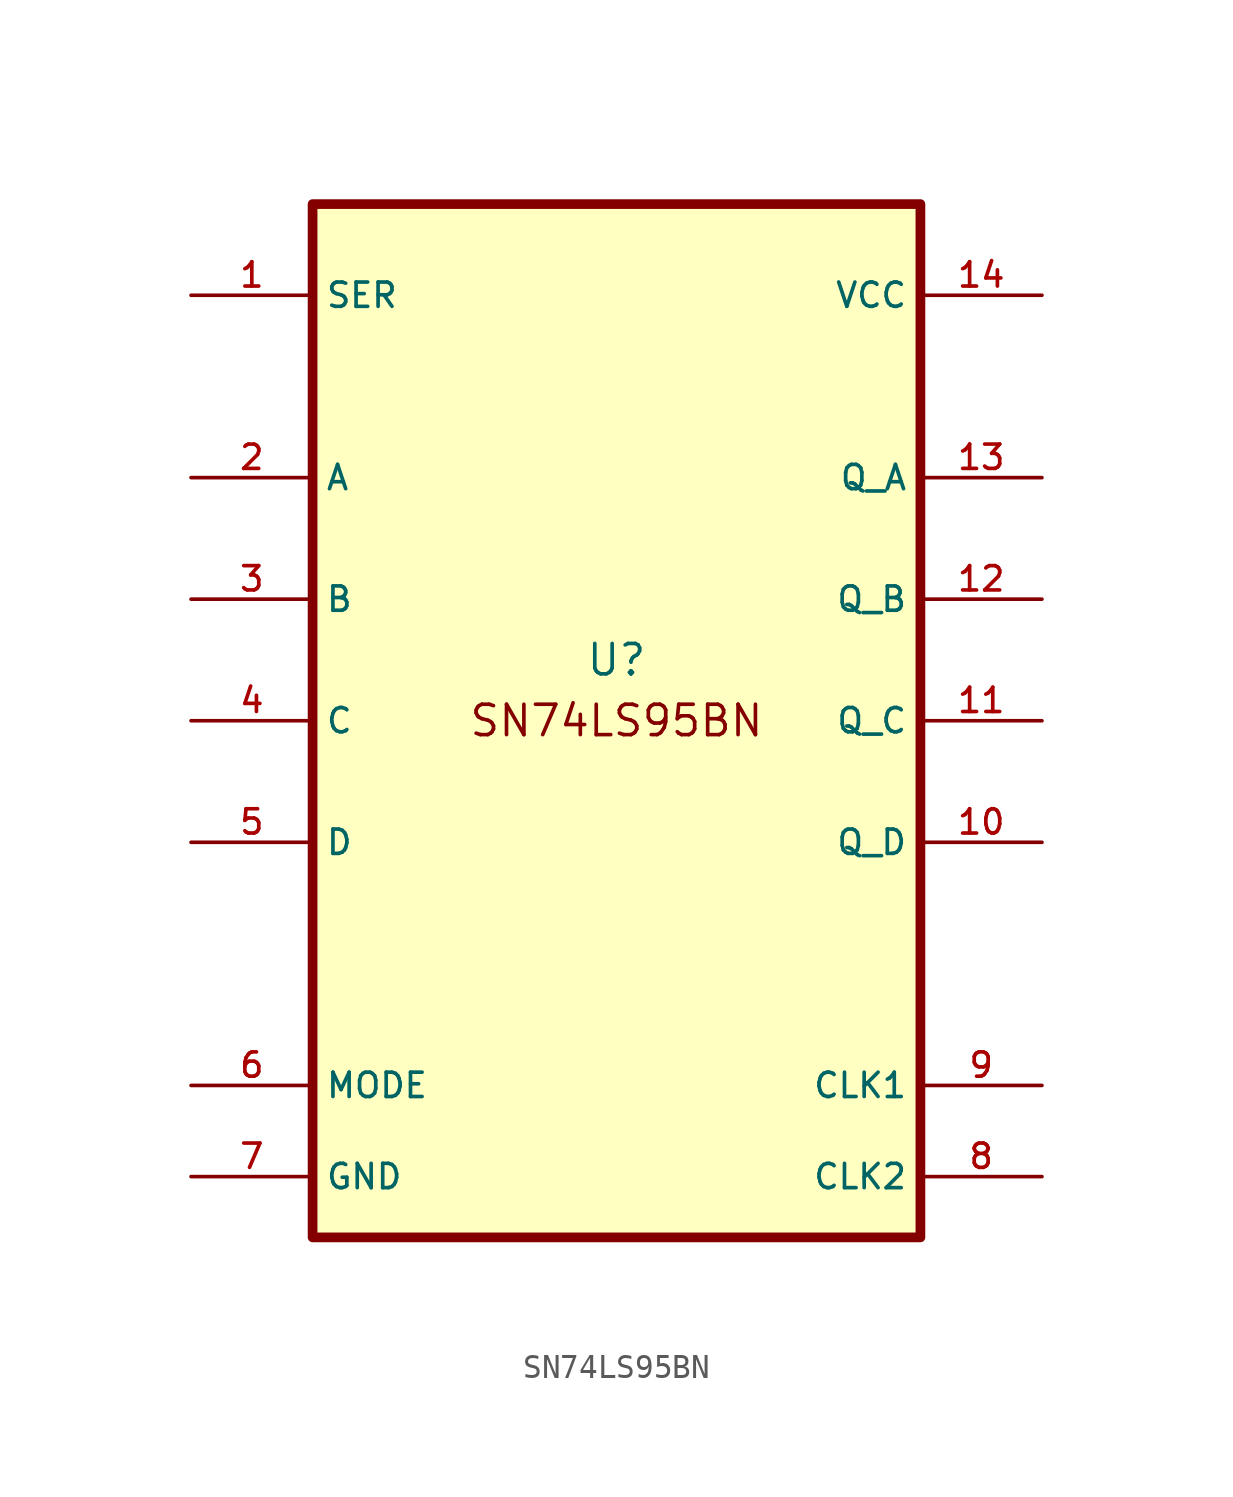
<source format=kicad_sym>
(kicad_symbol_lib
  (version 20220914)
  (generator kicad_symbol_editor)
  (symbol "SN74LS95BN"
    (property "Reference" "U"
      (at 0 2.54 0)
      (effects (font (size 1.27 1.27))))
    (property "Value" ""
      (at 0 -1.27 0)
      (effects (font (size 1.27 1.27))))
    (symbol "SN74LS95BN_0_0"
      (rectangle (start -12.7 21.59) (end 12.7 -21.59) (stroke (width 0.406) (type default)) (fill (type background)))
      (pin passive line (at -17.78 -19.05 0) (length 5.08) (name "GND" (effects (font (size 1.016 1.016)))) (number "7" (effects (font (size 1.016 1.016))))))
    (symbol "SN74LS95BN_1_0"
      (pin input line (at -17.78 17.78 0) (length 5.08) (name "SER" (effects (font (size 1.016 1.016)))) (number "1" (effects (font (size 1.016 1.016)))))
      (pin output line (at 17.78 -5.08 180) (length 5.08) (name "Q_D" (effects (font (size 1.016 1.016)))) (number "10" (effects (font (size 1.016 1.016)))))
      (pin output line (at 17.78 0 180) (length 5.08) (name "Q_C" (effects (font (size 1.016 1.016)))) (number "11" (effects (font (size 1.016 1.016)))))
      (pin output line (at 17.78 5.08 180) (length 5.08) (name "Q_B" (effects (font (size 1.016 1.016)))) (number "12" (effects (font (size 1.016 1.016)))))
      (pin output line (at 17.78 10.16 180) (length 5.08) (name "Q_A" (effects (font (size 1.016 1.016)))) (number "13" (effects (font (size 1.016 1.016)))))
      (pin power_in line (at 17.78 17.78 180) (length 5.08) (name "VCC" (effects (font (size 1.016 1.016)))) (number "14" (effects (font (size 1.016 1.016)))))
      (pin input line (at -17.78 10.16 0) (length 5.08) (name "A" (effects (font (size 1.016 1.016)))) (number "2" (effects (font (size 1.016 1.016)))))
      (pin input line (at -17.78 5.08 0) (length 5.08) (name "B" (effects (font (size 1.016 1.016)))) (number "3" (effects (font (size 1.016 1.016)))))
      (pin input line (at -17.78 0 0) (length 5.08) (name "C" (effects (font (size 1.016 1.016)))) (number "4" (effects (font (size 1.016 1.016)))))
      (pin input line (at -17.78 -5.08 0) (length 5.08) (name "D" (effects (font (size 1.016 1.016)))) (number "5" (effects (font (size 1.016 1.016)))))
      (pin input line (at -17.78 -15.24 0) (length 5.08) (name "MODE" (effects (font (size 1.016 1.016)))) (number "6" (effects (font (size 1.016 1.016)))))
      (pin input line (at 17.78 -19.05 180) (length 5.08) (name "CLK2" (effects (font (size 1.016 1.016)))) (number "8" (effects (font (size 1.016 1.016)))))
      (pin input line (at 17.78 -15.24 180) (length 5.08) (name "CLK1" (effects (font (size 1.016 1.016)))) (number "9" (effects (font (size 1.016 1.016))))))
    (symbol "SN74LS95BN_1_1"
      (text "SN74LS95BN\n" (at 0 0 0) (effects (font (size 1.27 1.27)))))))
</source>
